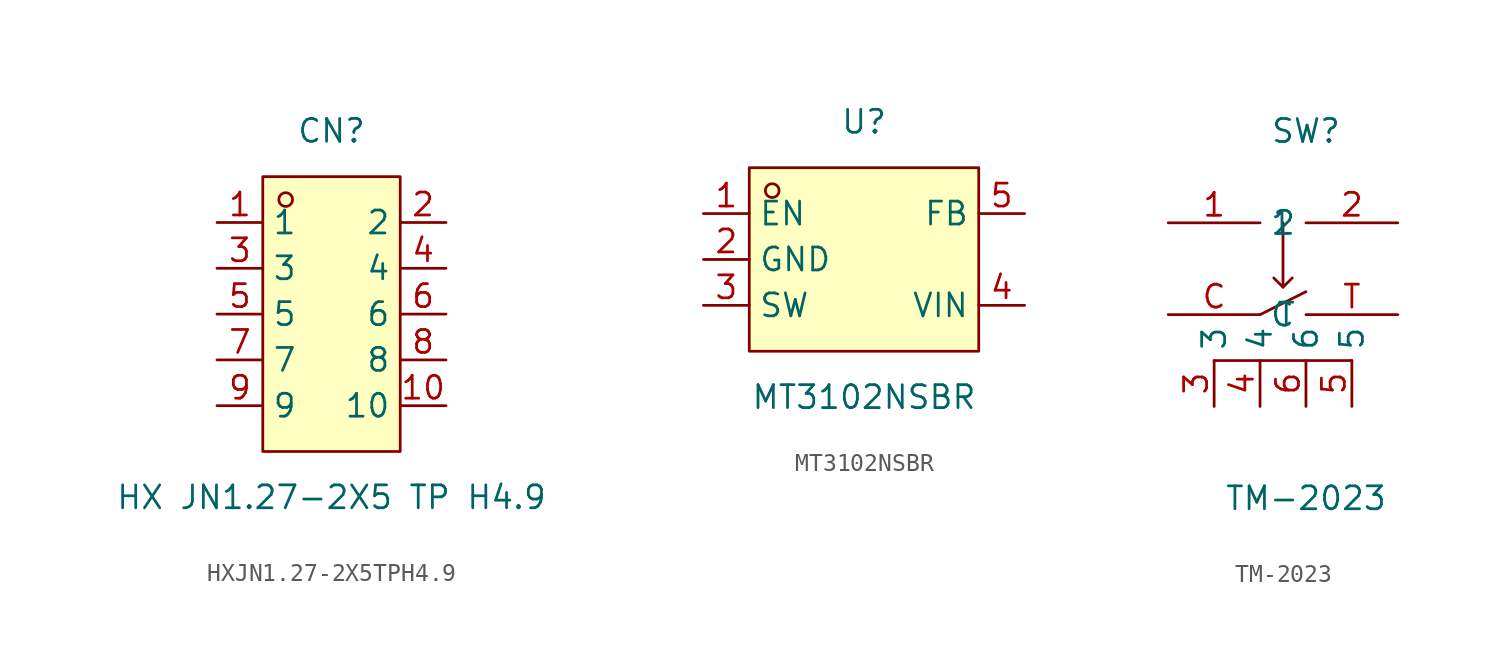
<source format=kicad_sym>
(kicad_symbol_lib
  (version 20211014)
  (generator https://github.com/uPesy/easyeda2kicad.py)
  (symbol "HXJN1.27-2X5TPH4.9"
    (property "Reference" "CN"
      (at 0 10.16 0)
      (effects (font (size 1.27 1.27))))
    (property "Value" "HX JN1.27-2X5 TP H4.9"
      (at 0 -10.16 0)
      (effects (font (size 1.27 1.27))))
    (symbol "HXJN1.27-2X5TPH4.9_0_1"
      (rectangle (start -3.81 7.62) (end 3.81 -7.62) (stroke (width 0) (type default) (color 0 0 0 0)) (fill (type background)))
      (circle (center -2.54 6.35) (radius 0.38) (stroke (width 0) (type default) (color 0 0 0 0)) (fill (type none)))
      (pin unspecified line (at -6.35 5.08 0) (length 2.54) (name "1" (effects (font (size 1.27 1.27)))) (number "1" (effects (font (size 1.27 1.27)))))
      (pin unspecified line (at 6.35 -5.08 180) (length 2.54) (name "10" (effects (font (size 1.27 1.27)))) (number "10" (effects (font (size 1.27 1.27)))))
      (pin unspecified line (at -6.35 2.54 0) (length 2.54) (name "3" (effects (font (size 1.27 1.27)))) (number "3" (effects (font (size 1.27 1.27)))))
      (pin unspecified line (at 6.35 -2.54 180) (length 2.54) (name "8" (effects (font (size 1.27 1.27)))) (number "8" (effects (font (size 1.27 1.27)))))
      (pin unspecified line (at -6.35 -0.00 0) (length 2.54) (name "5" (effects (font (size 1.27 1.27)))) (number "5" (effects (font (size 1.27 1.27)))))
      (pin unspecified line (at 6.35 -0.00 180) (length 2.54) (name "6" (effects (font (size 1.27 1.27)))) (number "6" (effects (font (size 1.27 1.27)))))
      (pin unspecified line (at -6.35 -2.54 0) (length 2.54) (name "7" (effects (font (size 1.27 1.27)))) (number "7" (effects (font (size 1.27 1.27)))))
      (pin unspecified line (at 6.35 2.54 180) (length 2.54) (name "4" (effects (font (size 1.27 1.27)))) (number "4" (effects (font (size 1.27 1.27)))))
      (pin unspecified line (at -6.35 -5.08 0) (length 2.54) (name "9" (effects (font (size 1.27 1.27)))) (number "9" (effects (font (size 1.27 1.27)))))
      (pin unspecified line (at 6.35 5.08 180) (length 2.54) (name "2" (effects (font (size 1.27 1.27)))) (number "2" (effects (font (size 1.27 1.27)))))))
  (symbol "MT3102NSBR"
    (property "Reference" "U"
      (at 0 7.62 0)
      (effects (font (size 1.27 1.27))))
    (property "Value" "MT3102NSBR"
      (at 0 -7.62 0)
      (effects (font (size 1.27 1.27))))
    (symbol "MT3102NSBR_0_1"
      (rectangle (start -6.35 5.08) (end 6.35 -5.08) (stroke (width 0) (type default) (color 0 0 0 0)) (fill (type background)))
      (circle (center -5.08 3.81) (radius 0.38) (stroke (width 0) (type default) (color 0 0 0 0)) (fill (type none)))
      (pin unspecified line (at -8.89 2.54 0) (length 2.54) (name "EN" (effects (font (size 1.27 1.27)))) (number "1" (effects (font (size 1.27 1.27)))))
      (pin unspecified line (at -8.89 -0.00 0) (length 2.54) (name "GND" (effects (font (size 1.27 1.27)))) (number "2" (effects (font (size 1.27 1.27)))))
      (pin unspecified line (at -8.89 -2.54 0) (length 2.54) (name "SW" (effects (font (size 1.27 1.27)))) (number "3" (effects (font (size 1.27 1.27)))))
      (pin unspecified line (at 8.89 -2.54 180) (length 2.54) (name "VIN" (effects (font (size 1.27 1.27)))) (number "4" (effects (font (size 1.27 1.27)))))
      (pin unspecified line (at 8.89 2.54 180) (length 2.54) (name "FB" (effects (font (size 1.27 1.27)))) (number "5" (effects (font (size 1.27 1.27)))))))
  (symbol "TM-2023"
    (property "Reference" "SW"
      (at 0 10.16 0)
      (effects (font (size 1.27 1.27))))
    (property "Value" "TM-2023"
      (at 0 -10.16 0)
      (effects (font (size 1.27 1.27))))
    (symbol "TM-2023_0_1"
      (polyline (pts (xy 2.54 -2.54) (xy -5.08 -2.54)) (stroke (width 0) (type default) (color 0 0 0 0)) (fill (type none)))
      (polyline (pts (xy -2.54 -0.00) (xy 0.00 1.27)) (stroke (width 0) (type default) (color 0 0 0 0)) (fill (type none)))
      (polyline (pts (xy -1.27 5.08) (xy -1.27 1.52)) (stroke (width 0) (type default) (color 0 0 0 0)) (fill (type none)))
      (polyline (pts (xy -1.78 2.03) (xy -1.27 1.52) (xy -0.76 2.03)) (stroke (width 0) (type default) (color 0 0 0 0)) (fill (type none)))
      (pin unspecified line (at 5.08 5.08 180) (length 5.08) (name "2" (effects (font (size 1.27 1.27)))) (number "2" (effects (font (size 1.27 1.27)))))
      (pin unspecified line (at -7.62 5.08 0) (length 5.08) (name "1" (effects (font (size 1.27 1.27)))) (number "1" (effects (font (size 1.27 1.27)))))
      (pin unspecified line (at -2.54 -5.08 90) (length 2.54) (name "4" (effects (font (size 1.27 1.27)))) (number "4" (effects (font (size 1.27 1.27)))))
      (pin unspecified line (at -5.08 -5.08 90) (length 2.54) (name "3" (effects (font (size 1.27 1.27)))) (number "3" (effects (font (size 1.27 1.27)))))
      (pin unspecified line (at 0.00 -5.08 90) (length 2.54) (name "6" (effects (font (size 1.27 1.27)))) (number "6" (effects (font (size 1.27 1.27)))))
      (pin unspecified line (at 2.54 -5.08 90) (length 2.54) (name "5" (effects (font (size 1.27 1.27)))) (number "5" (effects (font (size 1.27 1.27)))))
      (pin unspecified line (at -7.62 -0.00 0) (length 5.08) (name "C" (effects (font (size 1.27 1.27)))) (number "C" (effects (font (size 1.27 1.27)))))
      (pin unspecified line (at 5.08 -0.00 180) (length 5.08) (name "T" (effects (font (size 1.27 1.27)))) (number "T" (effects (font (size 1.27 1.27))))))))
</source>
